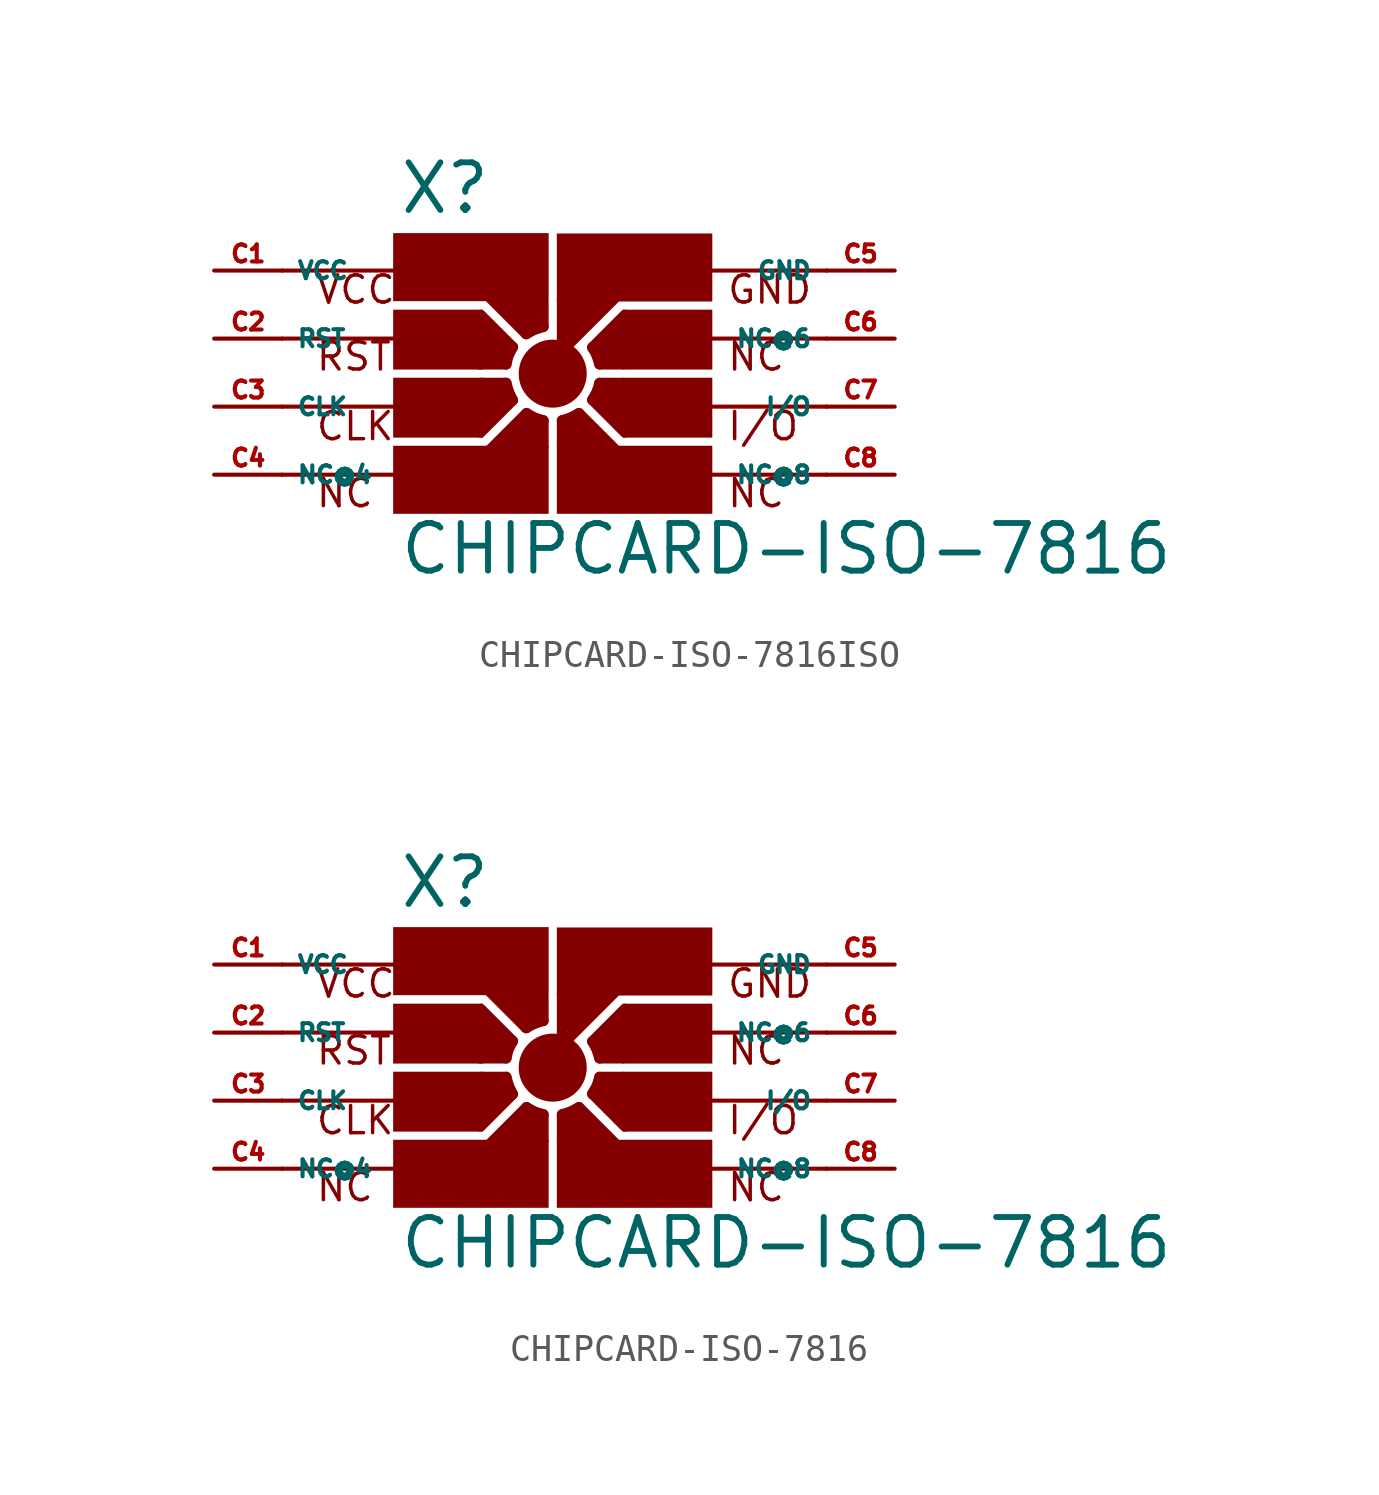
<source format=kicad_sym>
(kicad_symbol_lib
  (version 20220914)
  (generator kicad_symbol_editor)
  (symbol "CHIPCARD-ISO-7816ISO"
    (property "Reference" "X"
      (at -5.842 4.572 0)
      (effects (font (size 1.778 1.778) (thickness 0.22)) (justify left bottom)))
    (property "Value" "CHIPCARD-ISO-7816"
      (at -5.842 -8.89 0)
      (effects (font (size 1.778 1.778) (thickness 0.22)) (justify left bottom)))
    (symbol "CHIPCARD-ISO-7816ISO_1_1"
      (rectangle (start -6.02 -4) (end -0.216 -6.54) (stroke (width -0.0001) (type default)) (fill (type outline)))
      (rectangle (start -6.02 -1.46) (end -2.667 -3.696) (stroke (width -0.0001) (type default)) (fill (type outline)))
      (rectangle (start -6.02 1.079) (end -2.667 -1.156) (stroke (width -0.0001) (type default)) (fill (type outline)))
      (rectangle (start -6.02 3.937) (end -0.216 1.397) (stroke (width -0.0001) (type default)) (fill (type outline)))
      (circle (center -0.064 -1.308) (radius 1.27) (stroke (width -0.0001) (type default)) (fill (type outline)))
      (polyline (pts (xy -10.16 -5.08) (xy -5.08 -5.08)) (stroke (width 0.152) (type default)) (fill (type none)))
      (polyline (pts (xy -10.16 -2.54) (xy -5.08 -2.54)) (stroke (width 0.152) (type default)) (fill (type none)))
      (polyline (pts (xy -10.16 0) (xy -5.08 0)) (stroke (width 0.152) (type default)) (fill (type none)))
      (polyline (pts (xy -10.16 2.54) (xy -5.08 2.54)) (stroke (width 0.152) (type default)) (fill (type none)))
      (polyline (pts (xy -2.781 -2.489) (xy -2.451 -2.159)) (stroke (width 0.406) (type default)) (fill (type none)))
      (polyline (pts (xy -2.769 -0.572) (xy -1.968 -0.572)) (stroke (width 0.406) (type default)) (fill (type none)))
      (polyline (pts (xy -2.756 -3.493) (xy -1.562 -2.299)) (stroke (width 0.406) (type default)) (fill (type none)))
      (polyline (pts (xy -2.756 0.876) (xy -1.562 -0.318)) (stroke (width 0.406) (type default)) (fill (type none)))
      (polyline (pts (xy -2.743 -2.032) (xy -2.019 -2.032)) (stroke (width 0.406) (type default)) (fill (type none)))
      (polyline (pts (xy -2.502 -0.394) (xy -2.705 -0.191)) (stroke (width 0.406) (type default)) (fill (type none)))
      (polyline (pts (xy -2.451 -2.159) (xy -2.451 -2.134)) (stroke (width 0.406) (type default)) (fill (type none)))
      (polyline (pts (xy -2.019 -2.032) (xy -1.918 -2.134)) (stroke (width 0.406) (type default)) (fill (type none)))
      (polyline (pts (xy -1.968 -0.572) (xy -1.968 -0.457)) (stroke (width 0.406) (type default)) (fill (type none)))
      (polyline (pts (xy -1.968 -0.457) (xy -2.781 0.356)) (stroke (width 0.406) (type default)) (fill (type none)))
      (polyline (pts (xy -1.918 -2.134) (xy -2.743 -2.959)) (stroke (width 0.406) (type default)) (fill (type none)))
      (polyline (pts (xy -1.803 -1.664) (xy -2.718 -1.664)) (stroke (width 0.406) (type default)) (fill (type none)))
      (polyline (pts (xy -1.803 -0.953) (xy -2.781 -0.953)) (stroke (width 0.406) (type default)) (fill (type none)))
      (polyline (pts (xy -1.727 -0.635) (xy -1.803 -0.953)) (stroke (width 0.406) (type default)) (fill (type none)))
      (polyline (pts (xy -1.714 -1.981) (xy -1.803 -1.664)) (stroke (width 0.406) (type default)) (fill (type none)))
      (polyline (pts (xy -1.562 -2.299) (xy -1.714 -1.981)) (stroke (width 0.406) (type default)) (fill (type none)))
      (polyline (pts (xy -1.562 -0.318) (xy -1.727 -0.635)) (stroke (width 0.406) (type default)) (fill (type none)))
      (polyline (pts (xy -1.283 -4.089) (xy -0.889 -3.696)) (stroke (width 0.406) (type default)) (fill (type none)))
      (polyline (pts (xy -1.054 0.178) (xy -2.413 1.537)) (stroke (width 0.406) (type default)) (fill (type none)))
      (polyline (pts (xy -1.041 -2.794) (xy -2.388 -4.14)) (stroke (width 0.406) (type default)) (fill (type none)))
      (polyline (pts (xy -0.902 0.546) (xy -1.803 1.448)) (stroke (width 0.406) (type default)) (fill (type none)))
      (polyline (pts (xy -0.902 1.079) (xy -1.295 1.473)) (stroke (width 0.406) (type default)) (fill (type none)))
      (polyline (pts (xy -0.876 -3.15) (xy -1.841 -4.115)) (stroke (width 0.406) (type default)) (fill (type none)))
      (polyline (pts (xy -0.8 0.648) (xy -0.902 0.546)) (stroke (width 0.406) (type default)) (fill (type none)))
      (polyline (pts (xy -0.8 1.397) (xy -0.8 0.648)) (stroke (width 0.406) (type default)) (fill (type none)))
      (polyline (pts (xy -0.787 -4.039) (xy -0.787 -3.239)) (stroke (width 0.406) (type default)) (fill (type none)))
      (polyline (pts (xy -0.787 -3.239) (xy -0.876 -3.15)) (stroke (width 0.406) (type default)) (fill (type none)))
      (polyline (pts (xy -0.749 -2.959) (xy -1.041 -2.794)) (stroke (width 0.406) (type default)) (fill (type none)))
      (polyline (pts (xy -0.749 0.343) (xy -1.054 0.178)) (stroke (width 0.406) (type default)) (fill (type none)))
      (polyline (pts (xy -0.419 -4.013) (xy -0.419 -3.061)) (stroke (width 0.406) (type default)) (fill (type none)))
      (polyline (pts (xy -0.419 -3.061) (xy -0.749 -2.959)) (stroke (width 0.406) (type default)) (fill (type none)))
      (polyline (pts (xy -0.419 0.445) (xy -0.749 0.343)) (stroke (width 0.406) (type default)) (fill (type none)))
      (polyline (pts (xy -0.419 1.333) (xy -0.419 0.445)) (stroke (width 0.406) (type default)) (fill (type none)))
      (polyline (pts (xy 0.292 -4) (xy 0.292 -3.061)) (stroke (width 0.406) (type default)) (fill (type none)))
      (polyline (pts (xy 0.292 -3.061) (xy 0.61 -2.959)) (stroke (width 0.406) (type default)) (fill (type none)))
      (polyline (pts (xy 0.292 -0.254) (xy 0.483 -0.254)) (stroke (width 0.406) (type default)) (fill (type none)))
      (polyline (pts (xy 0.292 1.435) (xy 0.292 -0.254)) (stroke (width 0.406) (type default)) (fill (type none)))
      (polyline (pts (xy 0.483 -0.254) (xy 2.273 1.537)) (stroke (width 0.406) (type default)) (fill (type none)))
      (polyline (pts (xy 0.61 -2.959) (xy 0.914 -2.794)) (stroke (width 0.406) (type default)) (fill (type none)))
      (polyline (pts (xy 0.673 -4.026) (xy 0.673 -3.251)) (stroke (width 0.406) (type default)) (fill (type none)))
      (polyline (pts (xy 0.673 -3.251) (xy 0.762 -3.162)) (stroke (width 0.406) (type default)) (fill (type none)))
      (polyline (pts (xy 0.673 0.47) (xy 0.457 0.254)) (stroke (width 0.406) (type default)) (fill (type none)))
      (polyline (pts (xy 0.673 0.47) (xy 1.714 1.511)) (stroke (width 0.406) (type default)) (fill (type none)))
      (polyline (pts (xy 0.673 1.435) (xy 0.673 0.47)) (stroke (width 0.406) (type default)) (fill (type none)))
      (polyline (pts (xy 0.762 -3.162) (xy 1.651 -4.051)) (stroke (width 0.406) (type default)) (fill (type none)))
      (polyline (pts (xy 0.787 1.118) (xy 1.156 1.486)) (stroke (width 0.406) (type default)) (fill (type none)))
      (polyline (pts (xy 0.914 -2.794) (xy 2.273 -4.153)) (stroke (width 0.406) (type default)) (fill (type none)))
      (polyline (pts (xy 1.181 -4.115) (xy 0.775 -3.708)) (stroke (width 0.406) (type default)) (fill (type none)))
      (polyline (pts (xy 1.422 -2.286) (xy 2.629 -3.493)) (stroke (width 0.406) (type default)) (fill (type none)))
      (polyline (pts (xy 1.422 -0.33) (xy 2.629 0.876)) (stroke (width 0.406) (type default)) (fill (type none)))
      (polyline (pts (xy 1.575 -0.597) (xy 1.422 -0.33)) (stroke (width 0.406) (type default)) (fill (type none)))
      (polyline (pts (xy 1.6 -1.968) (xy 1.422 -2.286)) (stroke (width 0.406) (type default)) (fill (type none)))
      (polyline (pts (xy 1.689 -1.664) (xy 1.6 -1.968)) (stroke (width 0.406) (type default)) (fill (type none)))
      (polyline (pts (xy 1.689 -0.953) (xy 1.575 -0.597)) (stroke (width 0.406) (type default)) (fill (type none)))
      (polyline (pts (xy 1.791 -2.134) (xy 2.616 -2.959)) (stroke (width 0.406) (type default)) (fill (type none)))
      (polyline (pts (xy 1.803 -0.47) (xy 2.642 0.368)) (stroke (width 0.406) (type default)) (fill (type none)))
      (polyline (pts (xy 1.88 -2.045) (xy 1.791 -2.134)) (stroke (width 0.406) (type default)) (fill (type none)))
      (polyline (pts (xy 1.905 -0.572) (xy 1.803 -0.47)) (stroke (width 0.406) (type default)) (fill (type none)))
      (polyline (pts (xy 2.299 -0.432) (xy 2.553 -0.178)) (stroke (width 0.406) (type default)) (fill (type none)))
      (polyline (pts (xy 2.54 -1.664) (xy 1.689 -1.664)) (stroke (width 0.406) (type default)) (fill (type none)))
      (polyline (pts (xy 2.54 -0.953) (xy 1.689 -0.953)) (stroke (width 0.406) (type default)) (fill (type none)))
      (polyline (pts (xy 2.578 -2.045) (xy 1.88 -2.045)) (stroke (width 0.406) (type default)) (fill (type none)))
      (polyline (pts (xy 2.578 -0.572) (xy 1.905 -0.572)) (stroke (width 0.406) (type default)) (fill (type none)))
      (polyline (pts (xy 2.642 -2.451) (xy 2.349 -2.159)) (stroke (width 0.406) (type default)) (fill (type none)))
      (polyline (pts (xy 10.16 -5.08) (xy 5.08 -5.08)) (stroke (width 0.152) (type default)) (fill (type none)))
      (polyline (pts (xy 10.16 -2.54) (xy 5.08 -2.54)) (stroke (width 0.152) (type default)) (fill (type none)))
      (polyline (pts (xy 10.16 0) (xy 5.08 0)) (stroke (width 0.152) (type default)) (fill (type none)))
      (polyline (pts (xy 10.16 2.54) (xy 5.08 2.54)) (stroke (width 0.152) (type default)) (fill (type none)))
      (rectangle (start 0.089 -4) (end 5.893 -6.54) (stroke (width -0.0001) (type default)) (fill (type outline)))
      (rectangle (start 0.089 3.924) (end 5.893 1.384) (stroke (width -0.0001) (type default)) (fill (type outline)))
      (rectangle (start 2.54 -1.46) (end 5.893 -3.696) (stroke (width -0.0001) (type default)) (fill (type outline)))
      (rectangle (start 2.54 1.079) (end 5.893 -1.156) (stroke (width -0.0001) (type default)) (fill (type outline)))
      (text "CLK" (at -8.952 -3.866 0) (effects (font (size 1.016 1.016) (thickness 0.13)) (justify left bottom)))
      (text "GND" (at 6.399 1.234 0) (effects (font (size 1.016 1.016) (thickness 0.13)) (justify left bottom)))
      (text "I/O" (at 6.399 -3.866 0) (effects (font (size 1.016 1.016) (thickness 0.13)) (justify left bottom)))
      (text "NC" (at -8.952 -6.366 0) (effects (font (size 1.016 1.016) (thickness 0.13)) (justify left bottom)))
      (text "NC " (at 6.399 -6.366 0) (effects (font (size 1.016 1.016) (thickness 0.13)) (justify left bottom)))
      (text "NC  " (at 6.399 -1.266 0) (effects (font (size 1.016 1.016) (thickness 0.13)) (justify left bottom)))
      (text "RST" (at -8.952 -1.266 0) (effects (font (size 1.016 1.016) (thickness 0.13)) (justify left bottom)))
      (text "VCC" (at -8.952 1.234 0) (effects (font (size 1.016 1.016) (thickness 0.13)) (justify left bottom)))
      (pin passive line (at -12.7 2.54 0) (length 2.54) (name "VCC" (effects (font (size 0.635 0.635)))) (number "C1" (effects (font (size 0.635 0.635)))))
      (pin passive line (at -12.7 0 0) (length 2.54) (name "RST" (effects (font (size 0.635 0.635)))) (number "C2" (effects (font (size 0.635 0.635)))))
      (pin passive line (at -12.7 -2.54 0) (length 2.54) (name "CLK" (effects (font (size 0.635 0.635)))) (number "C3" (effects (font (size 0.635 0.635)))))
      (pin passive line (at -12.7 -5.08 0) (length 2.54) (name "NC@4" (effects (font (size 0.635 0.635)))) (number "C4" (effects (font (size 0.635 0.635)))))
      (pin passive line (at 12.7 2.54 180) (length 2.54) (name "GND" (effects (font (size 0.635 0.635)))) (number "C5" (effects (font (size 0.635 0.635)))))
      (pin passive line (at 12.7 0 180) (length 2.54) (name "NC@6" (effects (font (size 0.635 0.635)))) (number "C6" (effects (font (size 0.635 0.635)))))
      (pin passive line (at 12.7 -2.54 180) (length 2.54) (name "I/O" (effects (font (size 0.635 0.635)))) (number "C7" (effects (font (size 0.635 0.635)))))
      (pin passive line (at 12.7 -5.08 180) (length 2.54) (name "NC@8" (effects (font (size 0.635 0.635)))) (number "C8" (effects (font (size 0.635 0.635)))))))
  (symbol "CHIPCARD-ISO-7816"
    (property "Reference" "X"
      (at -5.842 4.572 0)
      (effects (font (size 1.778 1.778) (thickness 0.22)) (justify left bottom)))
    (property "Value" "CHIPCARD-ISO-7816"
      (at -5.842 -8.89 0)
      (effects (font (size 1.778 1.778) (thickness 0.22)) (justify left bottom)))
    (symbol "CHIPCARD-ISO-7816_1_1"
      (rectangle (start -6.02 -4) (end -0.216 -6.54) (stroke (width -0.0001) (type default)) (fill (type outline)))
      (rectangle (start -6.02 -1.46) (end -2.667 -3.696) (stroke (width -0.0001) (type default)) (fill (type outline)))
      (rectangle (start -6.02 1.079) (end -2.667 -1.156) (stroke (width -0.0001) (type default)) (fill (type outline)))
      (rectangle (start -6.02 3.937) (end -0.216 1.397) (stroke (width -0.0001) (type default)) (fill (type outline)))
      (circle (center -0.064 -1.308) (radius 1.27) (stroke (width -0.0001) (type default)) (fill (type outline)))
      (polyline (pts (xy -10.16 -5.08) (xy -5.08 -5.08)) (stroke (width 0.152) (type default)) (fill (type none)))
      (polyline (pts (xy -10.16 -2.54) (xy -5.08 -2.54)) (stroke (width 0.152) (type default)) (fill (type none)))
      (polyline (pts (xy -10.16 0) (xy -5.08 0)) (stroke (width 0.152) (type default)) (fill (type none)))
      (polyline (pts (xy -10.16 2.54) (xy -5.08 2.54)) (stroke (width 0.152) (type default)) (fill (type none)))
      (polyline (pts (xy -2.781 -2.489) (xy -2.451 -2.159)) (stroke (width 0.406) (type default)) (fill (type none)))
      (polyline (pts (xy -2.769 -0.572) (xy -1.968 -0.572)) (stroke (width 0.406) (type default)) (fill (type none)))
      (polyline (pts (xy -2.756 -3.493) (xy -1.562 -2.299)) (stroke (width 0.406) (type default)) (fill (type none)))
      (polyline (pts (xy -2.756 0.876) (xy -1.562 -0.318)) (stroke (width 0.406) (type default)) (fill (type none)))
      (polyline (pts (xy -2.743 -2.032) (xy -2.019 -2.032)) (stroke (width 0.406) (type default)) (fill (type none)))
      (polyline (pts (xy -2.502 -0.394) (xy -2.705 -0.191)) (stroke (width 0.406) (type default)) (fill (type none)))
      (polyline (pts (xy -2.451 -2.159) (xy -2.451 -2.134)) (stroke (width 0.406) (type default)) (fill (type none)))
      (polyline (pts (xy -2.019 -2.032) (xy -1.918 -2.134)) (stroke (width 0.406) (type default)) (fill (type none)))
      (polyline (pts (xy -1.968 -0.572) (xy -1.968 -0.457)) (stroke (width 0.406) (type default)) (fill (type none)))
      (polyline (pts (xy -1.968 -0.457) (xy -2.781 0.356)) (stroke (width 0.406) (type default)) (fill (type none)))
      (polyline (pts (xy -1.918 -2.134) (xy -2.743 -2.959)) (stroke (width 0.406) (type default)) (fill (type none)))
      (polyline (pts (xy -1.803 -1.664) (xy -2.718 -1.664)) (stroke (width 0.406) (type default)) (fill (type none)))
      (polyline (pts (xy -1.803 -0.953) (xy -2.781 -0.953)) (stroke (width 0.406) (type default)) (fill (type none)))
      (polyline (pts (xy -1.727 -0.635) (xy -1.803 -0.953)) (stroke (width 0.406) (type default)) (fill (type none)))
      (polyline (pts (xy -1.714 -1.981) (xy -1.803 -1.664)) (stroke (width 0.406) (type default)) (fill (type none)))
      (polyline (pts (xy -1.562 -2.299) (xy -1.714 -1.981)) (stroke (width 0.406) (type default)) (fill (type none)))
      (polyline (pts (xy -1.562 -0.318) (xy -1.727 -0.635)) (stroke (width 0.406) (type default)) (fill (type none)))
      (polyline (pts (xy -1.283 -4.089) (xy -0.889 -3.696)) (stroke (width 0.406) (type default)) (fill (type none)))
      (polyline (pts (xy -1.054 0.178) (xy -2.413 1.537)) (stroke (width 0.406) (type default)) (fill (type none)))
      (polyline (pts (xy -1.041 -2.794) (xy -2.388 -4.14)) (stroke (width 0.406) (type default)) (fill (type none)))
      (polyline (pts (xy -0.902 0.546) (xy -1.803 1.448)) (stroke (width 0.406) (type default)) (fill (type none)))
      (polyline (pts (xy -0.902 1.079) (xy -1.295 1.473)) (stroke (width 0.406) (type default)) (fill (type none)))
      (polyline (pts (xy -0.876 -3.15) (xy -1.841 -4.115)) (stroke (width 0.406) (type default)) (fill (type none)))
      (polyline (pts (xy -0.8 0.648) (xy -0.902 0.546)) (stroke (width 0.406) (type default)) (fill (type none)))
      (polyline (pts (xy -0.8 1.397) (xy -0.8 0.648)) (stroke (width 0.406) (type default)) (fill (type none)))
      (polyline (pts (xy -0.787 -4.039) (xy -0.787 -3.239)) (stroke (width 0.406) (type default)) (fill (type none)))
      (polyline (pts (xy -0.787 -3.239) (xy -0.876 -3.15)) (stroke (width 0.406) (type default)) (fill (type none)))
      (polyline (pts (xy -0.749 -2.959) (xy -1.041 -2.794)) (stroke (width 0.406) (type default)) (fill (type none)))
      (polyline (pts (xy -0.749 0.343) (xy -1.054 0.178)) (stroke (width 0.406) (type default)) (fill (type none)))
      (polyline (pts (xy -0.419 -4.013) (xy -0.419 -3.061)) (stroke (width 0.406) (type default)) (fill (type none)))
      (polyline (pts (xy -0.419 -3.061) (xy -0.749 -2.959)) (stroke (width 0.406) (type default)) (fill (type none)))
      (polyline (pts (xy -0.419 0.445) (xy -0.749 0.343)) (stroke (width 0.406) (type default)) (fill (type none)))
      (polyline (pts (xy -0.419 1.333) (xy -0.419 0.445)) (stroke (width 0.406) (type default)) (fill (type none)))
      (polyline (pts (xy 0.292 -4) (xy 0.292 -3.061)) (stroke (width 0.406) (type default)) (fill (type none)))
      (polyline (pts (xy 0.292 -3.061) (xy 0.61 -2.959)) (stroke (width 0.406) (type default)) (fill (type none)))
      (polyline (pts (xy 0.292 -0.254) (xy 0.483 -0.254)) (stroke (width 0.406) (type default)) (fill (type none)))
      (polyline (pts (xy 0.292 1.435) (xy 0.292 -0.254)) (stroke (width 0.406) (type default)) (fill (type none)))
      (polyline (pts (xy 0.483 -0.254) (xy 2.273 1.537)) (stroke (width 0.406) (type default)) (fill (type none)))
      (polyline (pts (xy 0.61 -2.959) (xy 0.914 -2.794)) (stroke (width 0.406) (type default)) (fill (type none)))
      (polyline (pts (xy 0.673 -4.026) (xy 0.673 -3.251)) (stroke (width 0.406) (type default)) (fill (type none)))
      (polyline (pts (xy 0.673 -3.251) (xy 0.762 -3.162)) (stroke (width 0.406) (type default)) (fill (type none)))
      (polyline (pts (xy 0.673 0.47) (xy 0.457 0.254)) (stroke (width 0.406) (type default)) (fill (type none)))
      (polyline (pts (xy 0.673 0.47) (xy 1.714 1.511)) (stroke (width 0.406) (type default)) (fill (type none)))
      (polyline (pts (xy 0.673 1.435) (xy 0.673 0.47)) (stroke (width 0.406) (type default)) (fill (type none)))
      (polyline (pts (xy 0.762 -3.162) (xy 1.651 -4.051)) (stroke (width 0.406) (type default)) (fill (type none)))
      (polyline (pts (xy 0.787 1.118) (xy 1.156 1.486)) (stroke (width 0.406) (type default)) (fill (type none)))
      (polyline (pts (xy 0.914 -2.794) (xy 2.273 -4.153)) (stroke (width 0.406) (type default)) (fill (type none)))
      (polyline (pts (xy 1.181 -4.115) (xy 0.775 -3.708)) (stroke (width 0.406) (type default)) (fill (type none)))
      (polyline (pts (xy 1.422 -2.286) (xy 2.629 -3.493)) (stroke (width 0.406) (type default)) (fill (type none)))
      (polyline (pts (xy 1.422 -0.33) (xy 2.629 0.876)) (stroke (width 0.406) (type default)) (fill (type none)))
      (polyline (pts (xy 1.575 -0.597) (xy 1.422 -0.33)) (stroke (width 0.406) (type default)) (fill (type none)))
      (polyline (pts (xy 1.6 -1.968) (xy 1.422 -2.286)) (stroke (width 0.406) (type default)) (fill (type none)))
      (polyline (pts (xy 1.689 -1.664) (xy 1.6 -1.968)) (stroke (width 0.406) (type default)) (fill (type none)))
      (polyline (pts (xy 1.689 -0.953) (xy 1.575 -0.597)) (stroke (width 0.406) (type default)) (fill (type none)))
      (polyline (pts (xy 1.791 -2.134) (xy 2.616 -2.959)) (stroke (width 0.406) (type default)) (fill (type none)))
      (polyline (pts (xy 1.803 -0.47) (xy 2.642 0.368)) (stroke (width 0.406) (type default)) (fill (type none)))
      (polyline (pts (xy 1.88 -2.045) (xy 1.791 -2.134)) (stroke (width 0.406) (type default)) (fill (type none)))
      (polyline (pts (xy 1.905 -0.572) (xy 1.803 -0.47)) (stroke (width 0.406) (type default)) (fill (type none)))
      (polyline (pts (xy 2.299 -0.432) (xy 2.553 -0.178)) (stroke (width 0.406) (type default)) (fill (type none)))
      (polyline (pts (xy 2.54 -1.664) (xy 1.689 -1.664)) (stroke (width 0.406) (type default)) (fill (type none)))
      (polyline (pts (xy 2.54 -0.953) (xy 1.689 -0.953)) (stroke (width 0.406) (type default)) (fill (type none)))
      (polyline (pts (xy 2.578 -2.045) (xy 1.88 -2.045)) (stroke (width 0.406) (type default)) (fill (type none)))
      (polyline (pts (xy 2.578 -0.572) (xy 1.905 -0.572)) (stroke (width 0.406) (type default)) (fill (type none)))
      (polyline (pts (xy 2.642 -2.451) (xy 2.349 -2.159)) (stroke (width 0.406) (type default)) (fill (type none)))
      (polyline (pts (xy 10.16 -5.08) (xy 5.08 -5.08)) (stroke (width 0.152) (type default)) (fill (type none)))
      (polyline (pts (xy 10.16 -2.54) (xy 5.08 -2.54)) (stroke (width 0.152) (type default)) (fill (type none)))
      (polyline (pts (xy 10.16 0) (xy 5.08 0)) (stroke (width 0.152) (type default)) (fill (type none)))
      (polyline (pts (xy 10.16 2.54) (xy 5.08 2.54)) (stroke (width 0.152) (type default)) (fill (type none)))
      (rectangle (start 0.089 -4) (end 5.893 -6.54) (stroke (width -0.0001) (type default)) (fill (type outline)))
      (rectangle (start 0.089 3.924) (end 5.893 1.384) (stroke (width -0.0001) (type default)) (fill (type outline)))
      (rectangle (start 2.54 -1.46) (end 5.893 -3.696) (stroke (width -0.0001) (type default)) (fill (type outline)))
      (rectangle (start 2.54 1.079) (end 5.893 -1.156) (stroke (width -0.0001) (type default)) (fill (type outline)))
      (text "CLK" (at -8.952 -3.866 0) (effects (font (size 1.016 1.016) (thickness 0.13)) (justify left bottom)))
      (text "GND" (at 6.399 1.234 0) (effects (font (size 1.016 1.016) (thickness 0.13)) (justify left bottom)))
      (text "I/O" (at 6.399 -3.866 0) (effects (font (size 1.016 1.016) (thickness 0.13)) (justify left bottom)))
      (text "NC" (at -8.952 -6.366 0) (effects (font (size 1.016 1.016) (thickness 0.13)) (justify left bottom)))
      (text "NC " (at 6.399 -6.366 0) (effects (font (size 1.016 1.016) (thickness 0.13)) (justify left bottom)))
      (text "NC  " (at 6.399 -1.266 0) (effects (font (size 1.016 1.016) (thickness 0.13)) (justify left bottom)))
      (text "RST" (at -8.952 -1.266 0) (effects (font (size 1.016 1.016) (thickness 0.13)) (justify left bottom)))
      (text "VCC" (at -8.952 1.234 0) (effects (font (size 1.016 1.016) (thickness 0.13)) (justify left bottom)))
      (pin passive line (at -12.7 2.54 0) (length 2.54) (name "VCC" (effects (font (size 0.635 0.635)))) (number "C1" (effects (font (size 0.635 0.635)))))
      (pin passive line (at -12.7 0 0) (length 2.54) (name "RST" (effects (font (size 0.635 0.635)))) (number "C2" (effects (font (size 0.635 0.635)))))
      (pin passive line (at -12.7 -2.54 0) (length 2.54) (name "CLK" (effects (font (size 0.635 0.635)))) (number "C3" (effects (font (size 0.635 0.635)))))
      (pin passive line (at -12.7 -5.08 0) (length 2.54) (name "NC@4" (effects (font (size 0.635 0.635)))) (number "C4" (effects (font (size 0.635 0.635)))))
      (pin passive line (at 12.7 2.54 180) (length 2.54) (name "GND" (effects (font (size 0.635 0.635)))) (number "C5" (effects (font (size 0.635 0.635)))))
      (pin passive line (at 12.7 0 180) (length 2.54) (name "NC@6" (effects (font (size 0.635 0.635)))) (number "C6" (effects (font (size 0.635 0.635)))))
      (pin passive line (at 12.7 -2.54 180) (length 2.54) (name "I/O" (effects (font (size 0.635 0.635)))) (number "C7" (effects (font (size 0.635 0.635)))))
      (pin passive line (at 12.7 -5.08 180) (length 2.54) (name "NC@8" (effects (font (size 0.635 0.635)))) (number "C8" (effects (font (size 0.635 0.635))))))))
</source>
